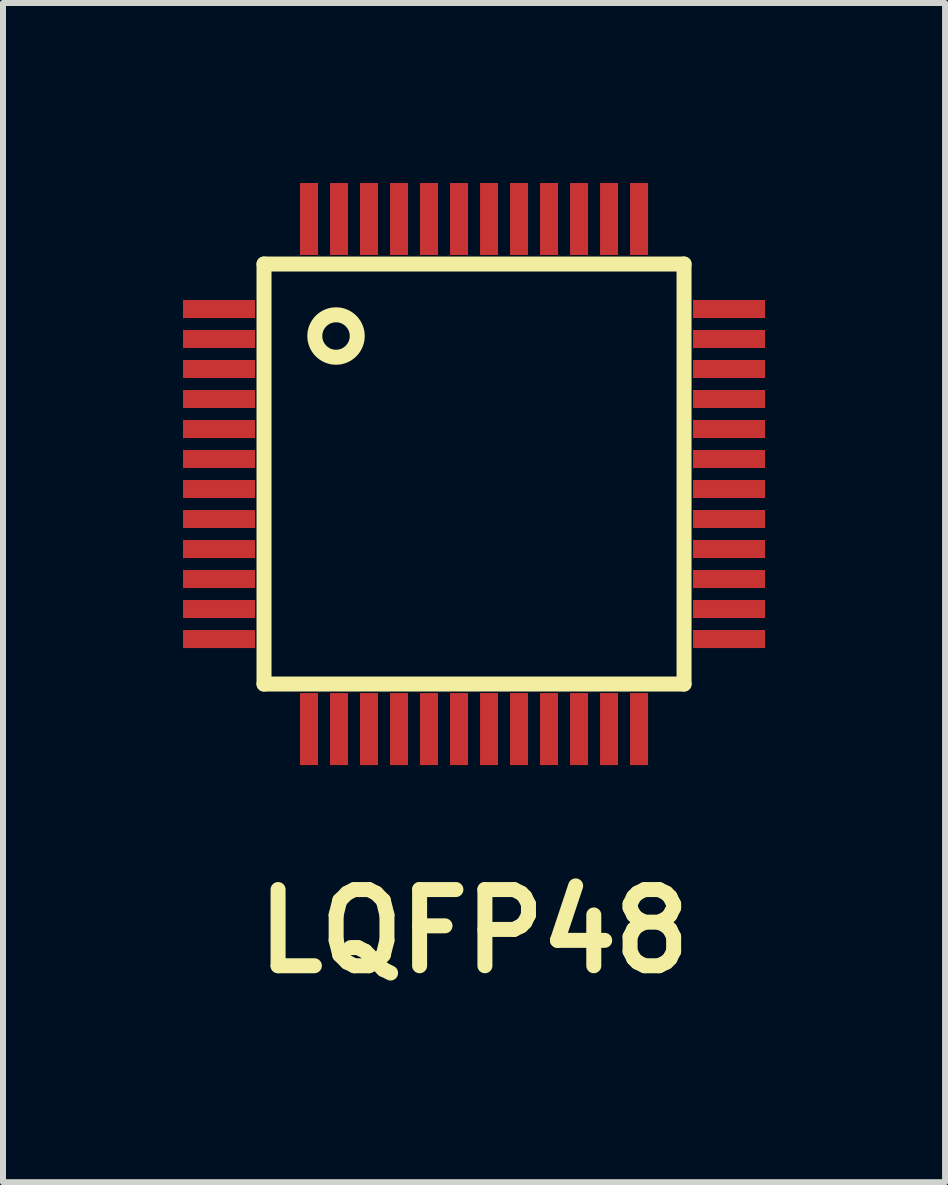
<source format=kicad_pcb>
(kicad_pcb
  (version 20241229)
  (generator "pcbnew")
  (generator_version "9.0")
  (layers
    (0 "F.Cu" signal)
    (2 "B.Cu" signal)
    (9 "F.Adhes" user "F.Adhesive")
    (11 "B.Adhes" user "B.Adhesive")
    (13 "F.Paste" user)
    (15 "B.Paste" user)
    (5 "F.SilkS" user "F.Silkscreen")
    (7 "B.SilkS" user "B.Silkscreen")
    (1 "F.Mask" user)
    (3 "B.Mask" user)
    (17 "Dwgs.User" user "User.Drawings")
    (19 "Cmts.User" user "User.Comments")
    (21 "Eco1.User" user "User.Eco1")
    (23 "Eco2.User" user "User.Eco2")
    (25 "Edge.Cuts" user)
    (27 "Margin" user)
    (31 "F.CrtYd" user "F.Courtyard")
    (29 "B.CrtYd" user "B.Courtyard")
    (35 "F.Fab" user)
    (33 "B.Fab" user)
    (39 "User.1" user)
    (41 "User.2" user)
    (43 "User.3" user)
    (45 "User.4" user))
  (footprint "LQFP48"
    (layer "F.Cu")
    (at 4.85 4.85)
    (property "Reference" "LQFP48" (at 0 7.62 0) (layer "F.SilkS") (effects (font (size 1.27 1.27) (thickness 0.25))))
    (attr through_hole)
    (fp_line (start -3.5 -3.5) (end -3.5 3.5) (stroke (width 0.25) (type solid)) (layer "F.SilkS"))
    (fp_line (start -3.5 3.5) (end 3.5 3.5) (stroke (width 0.25) (type solid)) (layer "F.SilkS"))
    (fp_line (start 3.5 -3.5) (end -3.5 -3.5) (stroke (width 0.25) (type solid)) (layer "F.SilkS"))
    (fp_line (start 3.5 3.5) (end 3.5 -3.5) (stroke (width 0.25) (type solid)) (layer "F.SilkS"))
    (fp_circle (center -2.3 -2.3) (end -2.55 -2.55) (stroke (width 0.25) (type solid)) (fill no) (layer "F.SilkS"))
    (pad "1" smd rect (at -4.25 -2.75) (size 1.2 0.3) (layers "F.Cu" "F.Mask" "F.Paste"))
    (pad "2" smd rect (at -4.25 -2.25) (size 1.2 0.3) (layers "F.Cu" "F.Mask" "F.Paste"))
    (pad "3" smd rect (at -4.25 -1.75) (size 1.2 0.3) (layers "F.Cu" "F.Mask" "F.Paste"))
    (pad "4" smd rect (at -4.25 -1.25) (size 1.2 0.3) (layers "F.Cu" "F.Mask" "F.Paste"))
    (pad "5" smd rect (at -4.25 -0.75) (size 1.2 0.3) (layers "F.Cu" "F.Mask" "F.Paste"))
    (pad "6" smd rect (at -4.25 -0.25) (size 1.2 0.3) (layers "F.Cu" "F.Mask" "F.Paste"))
    (pad "7" smd rect (at -4.25 0.25) (size 1.2 0.3) (layers "F.Cu" "F.Mask" "F.Paste"))
    (pad "8" smd rect (at -4.25 0.75) (size 1.2 0.3) (layers "F.Cu" "F.Mask" "F.Paste"))
    (pad "9" smd rect (at -4.25 1.25) (size 1.2 0.3) (layers "F.Cu" "F.Mask" "F.Paste"))
    (pad "10" smd rect (at -4.25 1.75) (size 1.2 0.3) (layers "F.Cu" "F.Mask" "F.Paste"))
    (pad "11" smd rect (at -4.25 2.25) (size 1.2 0.3) (layers "F.Cu" "F.Mask" "F.Paste"))
    (pad "12" smd rect (at -4.25 2.75) (size 1.2 0.3) (layers "F.Cu" "F.Mask" "F.Paste"))
    (pad "13" smd rect (at -2.75 4.25 90) (size 1.2 0.3) (layers "F.Cu" "F.Mask" "F.Paste"))
    (pad "14" smd rect (at -2.25 4.25 90) (size 1.2 0.3) (layers "F.Cu" "F.Mask" "F.Paste"))
    (pad "15" smd rect (at -1.75 4.25 90) (size 1.2 0.3) (layers "F.Cu" "F.Mask" "F.Paste"))
    (pad "16" smd rect (at -1.25 4.25 90) (size 1.2 0.3) (layers "F.Cu" "F.Mask" "F.Paste"))
    (pad "17" smd rect (at -0.75 4.25 90) (size 1.2 0.3) (layers "F.Cu" "F.Mask" "F.Paste"))
    (pad "18" smd rect (at -0.25 4.25 90) (size 1.2 0.3) (layers "F.Cu" "F.Mask" "F.Paste"))
    (pad "19" smd rect (at 0.25 4.25 90) (size 1.2 0.3) (layers "F.Cu" "F.Mask" "F.Paste"))
    (pad "20" smd rect (at 0.75 4.25 90) (size 1.2 0.3) (layers "F.Cu" "F.Mask" "F.Paste"))
    (pad "21" smd rect (at 1.25 4.25 90) (size 1.2 0.3) (layers "F.Cu" "F.Mask" "F.Paste"))
    (pad "22" smd rect (at 1.75 4.25 90) (size 1.2 0.3) (layers "F.Cu" "F.Mask" "F.Paste"))
    (pad "23" smd rect (at 2.25 4.25 90) (size 1.2 0.3) (layers "F.Cu" "F.Mask" "F.Paste"))
    (pad "24" smd rect (at 2.75 4.25 90) (size 1.2 0.3) (layers "F.Cu" "F.Mask" "F.Paste"))
    (pad "25" smd rect (at 4.25 2.75) (size 1.2 0.3) (layers "F.Cu" "F.Mask" "F.Paste"))
    (pad "26" smd rect (at 4.25 2.25) (size 1.2 0.3) (layers "F.Cu" "F.Mask" "F.Paste"))
    (pad "27" smd rect (at 4.25 1.75) (size 1.2 0.3) (layers "F.Cu" "F.Mask" "F.Paste"))
    (pad "28" smd rect (at 4.25 1.25) (size 1.2 0.3) (layers "F.Cu" "F.Mask" "F.Paste"))
    (pad "29" smd rect (at 4.25 0.75) (size 1.2 0.3) (layers "F.Cu" "F.Mask" "F.Paste"))
    (pad "30" smd rect (at 4.25 0.25) (size 1.2 0.3) (layers "F.Cu" "F.Mask" "F.Paste"))
    (pad "31" smd rect (at 4.25 -0.25) (size 1.2 0.3) (layers "F.Cu" "F.Mask" "F.Paste"))
    (pad "32" smd rect (at 4.25 -0.75) (size 1.2 0.3) (layers "F.Cu" "F.Mask" "F.Paste"))
    (pad "33" smd rect (at 4.25 -1.25) (size 1.2 0.3) (layers "F.Cu" "F.Mask" "F.Paste"))
    (pad "34" smd rect (at 4.25 -1.75) (size 1.2 0.3) (layers "F.Cu" "F.Mask" "F.Paste"))
    (pad "35" smd rect (at 4.25 -2.25) (size 1.2 0.3) (layers "F.Cu" "F.Mask" "F.Paste"))
    (pad "36" smd rect (at 4.25 -2.75) (size 1.2 0.3) (layers "F.Cu" "F.Mask" "F.Paste"))
    (pad "37" smd rect (at 2.75 -4.25 90) (size 1.2 0.3) (layers "F.Cu" "F.Mask" "F.Paste"))
    (pad "38" smd rect (at 2.25 -4.25 90) (size 1.2 0.3) (layers "F.Cu" "F.Mask" "F.Paste"))
    (pad "39" smd rect (at 1.75 -4.25 90) (size 1.2 0.3) (layers "F.Cu" "F.Mask" "F.Paste"))
    (pad "40" smd rect (at 1.25 -4.25 90) (size 1.2 0.3) (layers "F.Cu" "F.Mask" "F.Paste"))
    (pad "41" smd rect (at 0.75 -4.25 90) (size 1.2 0.3) (layers "F.Cu" "F.Mask" "F.Paste"))
    (pad "42" smd rect (at 0.25 -4.25 90) (size 1.2 0.3) (layers "F.Cu" "F.Mask" "F.Paste"))
    (pad "43" smd rect (at -0.25 -4.25 90) (size 1.2 0.3) (layers "F.Cu" "F.Mask" "F.Paste"))
    (pad "44" smd rect (at -0.75 -4.25 90) (size 1.2 0.3) (layers "F.Cu" "F.Mask" "F.Paste"))
    (pad "45" smd rect (at -1.25 -4.25 90) (size 1.2 0.3) (layers "F.Cu" "F.Mask" "F.Paste"))
    (pad "46" smd rect (at -1.75 -4.25 90) (size 1.2 0.3) (layers "F.Cu" "F.Mask" "F.Paste"))
    (pad "47" smd rect (at -2.25 -4.25 90) (size 1.2 0.3) (layers "F.Cu" "F.Mask" "F.Paste"))
    (pad "48" smd rect (at -2.75 -4.25 90) (size 1.2 0.3) (layers "F.Cu" "F.Mask" "F.Paste")))
  (gr_rect
    (start -3 -3)
    (end 12.7 16.652)
    (stroke (width 0.1) (type default))
    (fill no)
    (layer "Edge.Cuts")))
</source>
